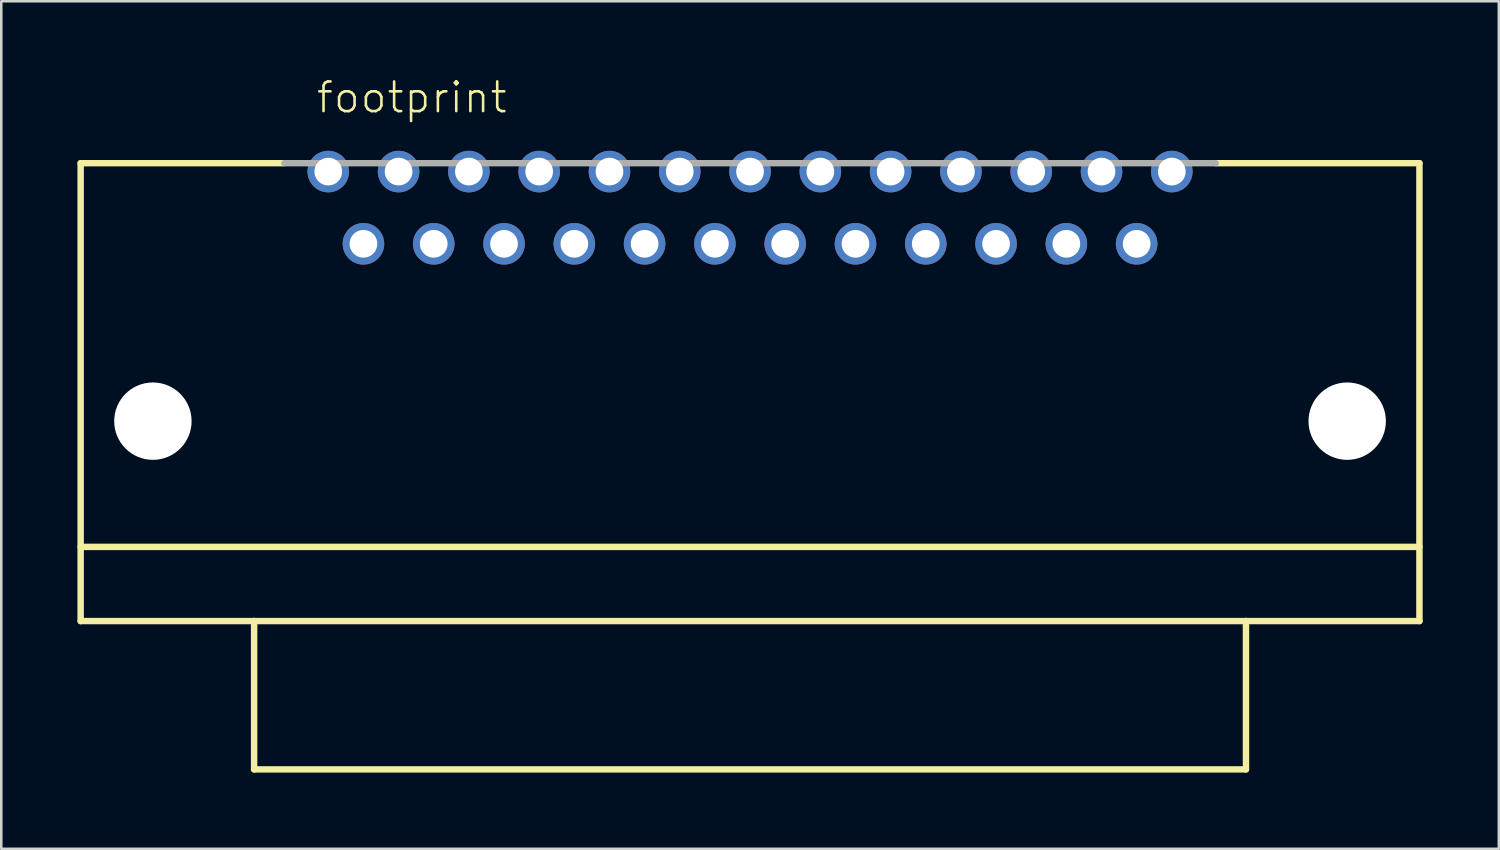
<source format=kicad_pcb>
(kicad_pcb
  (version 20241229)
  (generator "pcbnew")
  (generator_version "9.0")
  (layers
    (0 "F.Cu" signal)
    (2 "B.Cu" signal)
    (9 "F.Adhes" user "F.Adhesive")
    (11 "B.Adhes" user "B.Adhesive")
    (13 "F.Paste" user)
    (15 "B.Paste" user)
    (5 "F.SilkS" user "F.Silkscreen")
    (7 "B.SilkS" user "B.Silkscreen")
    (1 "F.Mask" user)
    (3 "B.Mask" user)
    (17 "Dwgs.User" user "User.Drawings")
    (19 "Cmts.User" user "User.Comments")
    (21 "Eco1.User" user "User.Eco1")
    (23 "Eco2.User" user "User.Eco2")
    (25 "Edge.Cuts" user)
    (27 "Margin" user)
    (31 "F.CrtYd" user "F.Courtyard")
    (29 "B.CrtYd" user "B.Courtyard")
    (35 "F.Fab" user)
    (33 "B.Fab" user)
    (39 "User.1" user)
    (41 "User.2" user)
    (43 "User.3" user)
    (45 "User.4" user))
  (footprint "footprint"
    (layer "F.Cu")
    (at 26.492 11.633)
    (property "Reference" "footprint" (at -17.145 -10.16 0) (layer "F.SilkS") (effects (font (size 1.168 1.168) (thickness 0.102)) (justify left bottom)))
    (fp_line (start -26.365 -8.255) (end -18.364 -8.255) (stroke (width 0.254) (type solid)) (layer "F.SilkS"))
    (fp_line (start -26.365 6.858) (end 26.365 6.858) (stroke (width 0.254) (type solid)) (layer "F.SilkS"))
    (fp_line (start -26.365 9.779) (end -26.365 -8.255) (stroke (width 0.254) (type solid)) (layer "F.SilkS"))
    (fp_line (start -19.533 9.779) (end -26.365 9.779) (stroke (width 0.254) (type solid)) (layer "F.SilkS"))
    (fp_line (start -19.533 9.779) (end 19.533 9.779) (stroke (width 0.254) (type solid)) (layer "F.SilkS"))
    (fp_line (start -19.533 15.621) (end -19.533 9.779) (stroke (width 0.254) (type solid)) (layer "F.SilkS"))
    (fp_line (start 19.533 9.779) (end 19.533 15.621) (stroke (width 0.254) (type solid)) (layer "F.SilkS"))
    (fp_line (start 19.533 15.621) (end -19.533 15.621) (stroke (width 0.254) (type solid)) (layer "F.SilkS"))
    (fp_line (start 26.365 -8.255) (end 18.364 -8.255) (stroke (width 0.254) (type solid)) (layer "F.SilkS"))
    (fp_line (start 26.365 -8.255) (end 26.365 9.779) (stroke (width 0.254) (type solid)) (layer "F.SilkS"))
    (fp_line (start 26.365 9.779) (end 19.533 9.779) (stroke (width 0.254) (type solid)) (layer "F.SilkS"))
    (fp_line (start -18.339 -8.255) (end 18.339 -8.255) (stroke (width 0.254) (type solid)) (layer "F.Fab"))
    (pad "" np_thru_hole circle (at -23.52 1.905) (size 3.048 3.048) (drill 3.048) (layers "*.Cu" "*.Mask"))
    (pad "" np_thru_hole circle (at 23.52 1.905) (size 3.048 3.048) (drill 3.048) (layers "*.Cu" "*.Mask"))
    (pad "1" thru_hole circle (at -16.612 -7.925) (size 1.638 1.638) (drill 1.092) (layers "*.Cu" "*.Mask"))
    (pad "2" thru_hole circle (at -13.843 -7.925) (size 1.638 1.638) (drill 1.092) (layers "*.Cu" "*.Mask"))
    (pad "3" thru_hole circle (at -11.074 -7.925) (size 1.638 1.638) (drill 1.092) (layers "*.Cu" "*.Mask"))
    (pad "4" thru_hole circle (at -8.306 -7.925) (size 1.638 1.638) (drill 1.092) (layers "*.Cu" "*.Mask"))
    (pad "5" thru_hole circle (at -5.537 -7.925) (size 1.638 1.638) (drill 1.092) (layers "*.Cu" "*.Mask"))
    (pad "6" thru_hole circle (at -2.769 -7.925) (size 1.638 1.638) (drill 1.092) (layers "*.Cu" "*.Mask"))
    (pad "7" thru_hole circle (at 0 -7.925) (size 1.638 1.638) (drill 1.092) (layers "*.Cu" "*.Mask"))
    (pad "8" thru_hole circle (at 2.769 -7.925) (size 1.638 1.638) (drill 1.092) (layers "*.Cu" "*.Mask"))
    (pad "9" thru_hole circle (at 5.537 -7.925) (size 1.638 1.638) (drill 1.092) (layers "*.Cu" "*.Mask"))
    (pad "10" thru_hole circle (at 8.306 -7.925) (size 1.638 1.638) (drill 1.092) (layers "*.Cu" "*.Mask"))
    (pad "11" thru_hole circle (at 11.074 -7.925) (size 1.638 1.638) (drill 1.092) (layers "*.Cu" "*.Mask"))
    (pad "12" thru_hole circle (at 13.843 -7.925) (size 1.638 1.638) (drill 1.092) (layers "*.Cu" "*.Mask"))
    (pad "13" thru_hole circle (at 16.612 -7.925) (size 1.638 1.638) (drill 1.092) (layers "*.Cu" "*.Mask"))
    (pad "14" thru_hole circle (at -15.227 -5.08) (size 1.638 1.638) (drill 1.092) (layers "*.Cu" "*.Mask"))
    (pad "15" thru_hole circle (at -12.459 -5.08) (size 1.638 1.638) (drill 1.092) (layers "*.Cu" "*.Mask"))
    (pad "16" thru_hole circle (at -9.69 -5.08) (size 1.638 1.638) (drill 1.092) (layers "*.Cu" "*.Mask"))
    (pad "17" thru_hole circle (at -6.921 -5.08) (size 1.638 1.638) (drill 1.092) (layers "*.Cu" "*.Mask"))
    (pad "18" thru_hole circle (at -4.153 -5.08) (size 1.638 1.638) (drill 1.092) (layers "*.Cu" "*.Mask"))
    (pad "19" thru_hole circle (at -1.384 -5.08) (size 1.638 1.638) (drill 1.092) (layers "*.Cu" "*.Mask"))
    (pad "20" thru_hole circle (at 1.384 -5.08) (size 1.638 1.638) (drill 1.092) (layers "*.Cu" "*.Mask"))
    (pad "21" thru_hole circle (at 4.153 -5.08) (size 1.638 1.638) (drill 1.092) (layers "*.Cu" "*.Mask"))
    (pad "22" thru_hole circle (at 6.921 -5.08) (size 1.638 1.638) (drill 1.092) (layers "*.Cu" "*.Mask"))
    (pad "23" thru_hole circle (at 9.69 -5.08) (size 1.638 1.638) (drill 1.092) (layers "*.Cu" "*.Mask"))
    (pad "24" thru_hole circle (at 12.459 -5.08) (size 1.638 1.638) (drill 1.092) (layers "*.Cu" "*.Mask"))
    (pad "25" thru_hole circle (at 15.227 -5.08) (size 1.638 1.638) (drill 1.092) (layers "*.Cu" "*.Mask")))
  (gr_rect
    (start -3 -3)
    (end 55.984 30.381)
    (stroke (width 0.1) (type default))
    (fill no)
    (layer "Edge.Cuts")))
</source>
